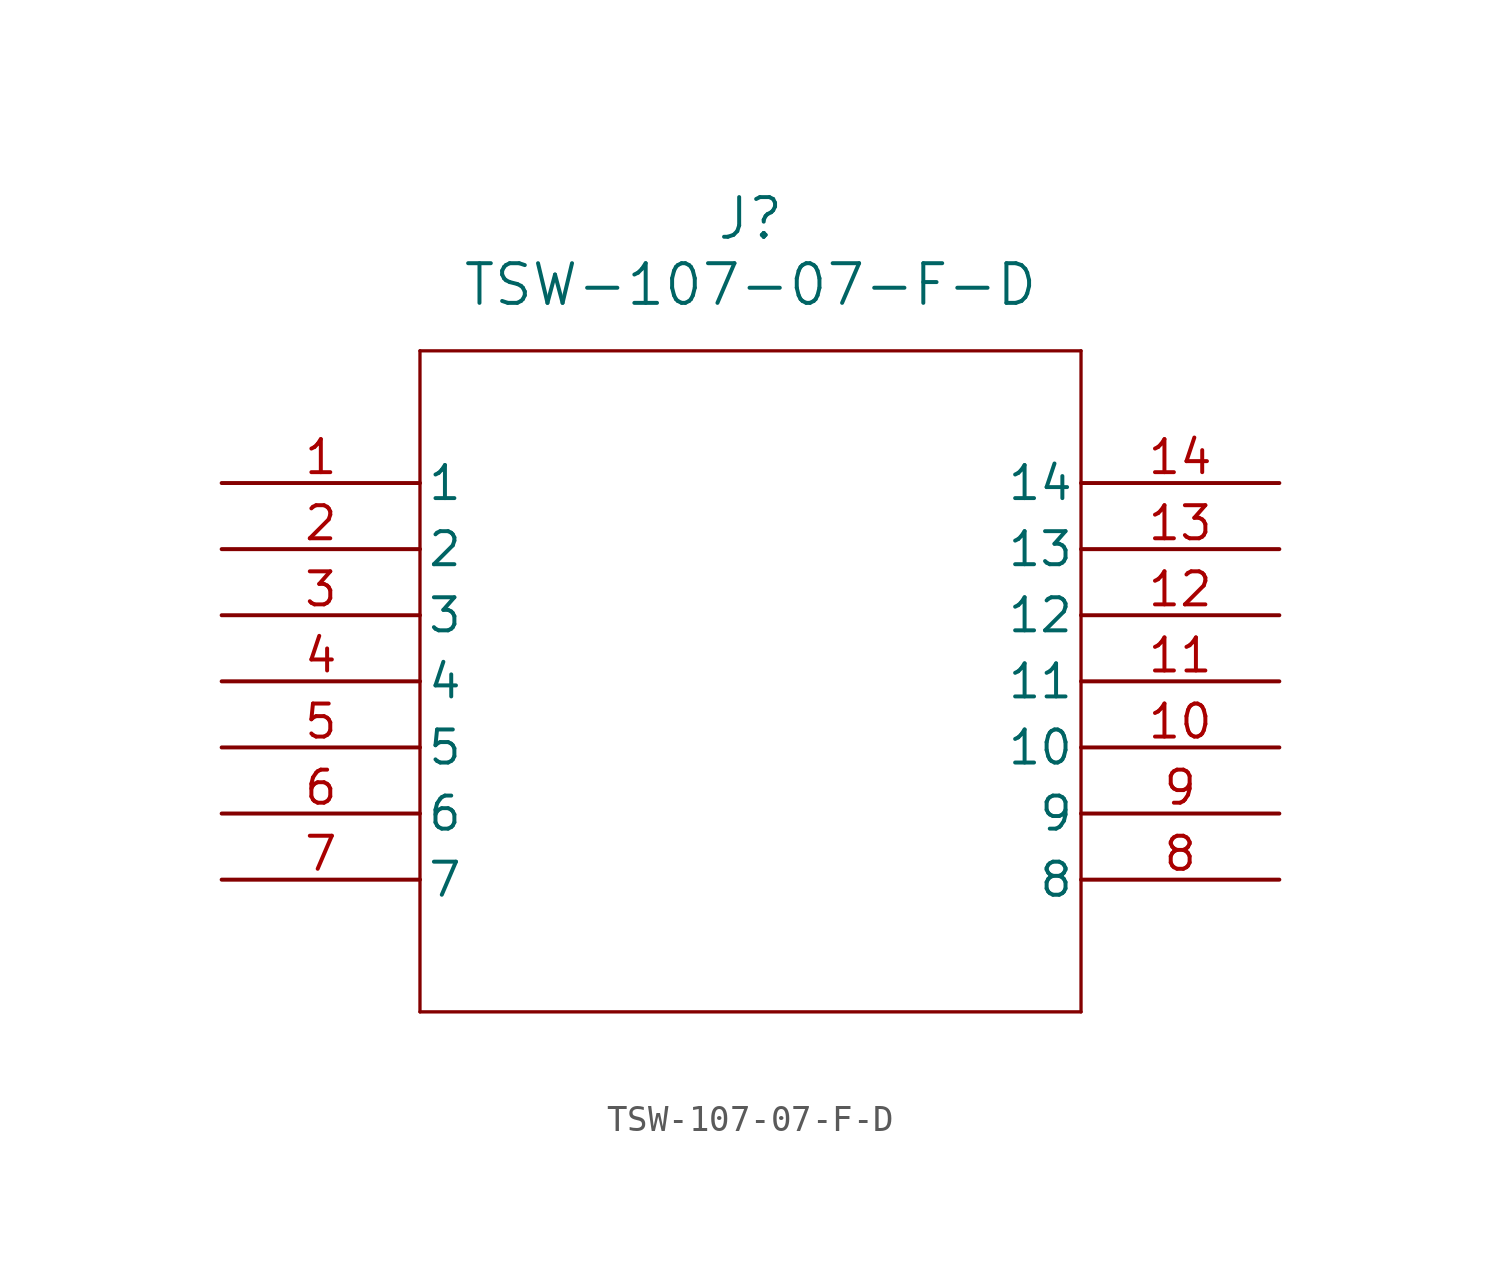
<source format=kicad_sym>
(kicad_symbol_lib
  (version 20211014)
  (generator kicad_symbol_editor)
  (symbol "TSW-107-07-F-D"
    (pin_names
      (offset 0.254))
    (property "Reference" "J"
      (at 20.32 10.16 0)
      (effects (font (size 1.524 1.524))))
    (property "Value" "TSW-107-07-F-D"
      (at 20.32 7.62 0)
      (effects (font (size 1.524 1.524))))
    (polyline
      (pts (xy 7.62 5.08) (xy 7.62 -20.32))
      (stroke (width 0.127) (type default) (color 0 0 0 0))
      (fill (type none)))
    (polyline
      (pts (xy 7.62 -20.32) (xy 33.02 -20.32))
      (stroke (width 0.127) (type default) (color 0 0 0 0))
      (fill (type none)))
    (polyline
      (pts (xy 33.02 -20.32) (xy 33.02 5.08))
      (stroke (width 0.127) (type default) (color 0 0 0 0))
      (fill (type none)))
    (polyline
      (pts (xy 33.02 5.08) (xy 7.62 5.08))
      (stroke (width 0.127) (type default) (color 0 0 0 0))
      (fill (type none)))
    (pin unspecified line
      (at 0 0 0)
      (length 7.62)
      (name "1" (effects (font (size 1.27 1.27))))
      (number "1" (effects (font (size 1.27 1.27)))))
    (pin unspecified line
      (at 0 -2.54 0)
      (length 7.62)
      (name "2" (effects (font (size 1.27 1.27))))
      (number "2" (effects (font (size 1.27 1.27)))))
    (pin unspecified line
      (at 0 -5.08 0)
      (length 7.62)
      (name "3" (effects (font (size 1.27 1.27))))
      (number "3" (effects (font (size 1.27 1.27)))))
    (pin unspecified line
      (at 0 -7.62 0)
      (length 7.62)
      (name "4" (effects (font (size 1.27 1.27))))
      (number "4" (effects (font (size 1.27 1.27)))))
    (pin unspecified line
      (at 0 -10.16 0)
      (length 7.62)
      (name "5" (effects (font (size 1.27 1.27))))
      (number "5" (effects (font (size 1.27 1.27)))))
    (pin unspecified line
      (at 0 -12.7 0)
      (length 7.62)
      (name "6" (effects (font (size 1.27 1.27))))
      (number "6" (effects (font (size 1.27 1.27)))))
    (pin unspecified line
      (at 0 -15.24 0)
      (length 7.62)
      (name "7" (effects (font (size 1.27 1.27))))
      (number "7" (effects (font (size 1.27 1.27)))))
    (pin unspecified line
      (at 40.64 -15.24 180)
      (length 7.62)
      (name "8" (effects (font (size 1.27 1.27))))
      (number "8" (effects (font (size 1.27 1.27)))))
    (pin unspecified line
      (at 40.64 -12.7 180)
      (length 7.62)
      (name "9" (effects (font (size 1.27 1.27))))
      (number "9" (effects (font (size 1.27 1.27)))))
    (pin unspecified line
      (at 40.64 -10.16 180)
      (length 7.62)
      (name "10" (effects (font (size 1.27 1.27))))
      (number "10" (effects (font (size 1.27 1.27)))))
    (pin unspecified line
      (at 40.64 -7.62 180)
      (length 7.62)
      (name "11" (effects (font (size 1.27 1.27))))
      (number "11" (effects (font (size 1.27 1.27)))))
    (pin unspecified line
      (at 40.64 -5.08 180)
      (length 7.62)
      (name "12" (effects (font (size 1.27 1.27))))
      (number "12" (effects (font (size 1.27 1.27)))))
    (pin unspecified line
      (at 40.64 -2.54 180)
      (length 7.62)
      (name "13" (effects (font (size 1.27 1.27))))
      (number "13" (effects (font (size 1.27 1.27)))))
    (pin unspecified line
      (at 40.64 0 180)
      (length 7.62)
      (name "14" (effects (font (size 1.27 1.27))))
      (number "14" (effects (font (size 1.27 1.27)))))))
</source>
